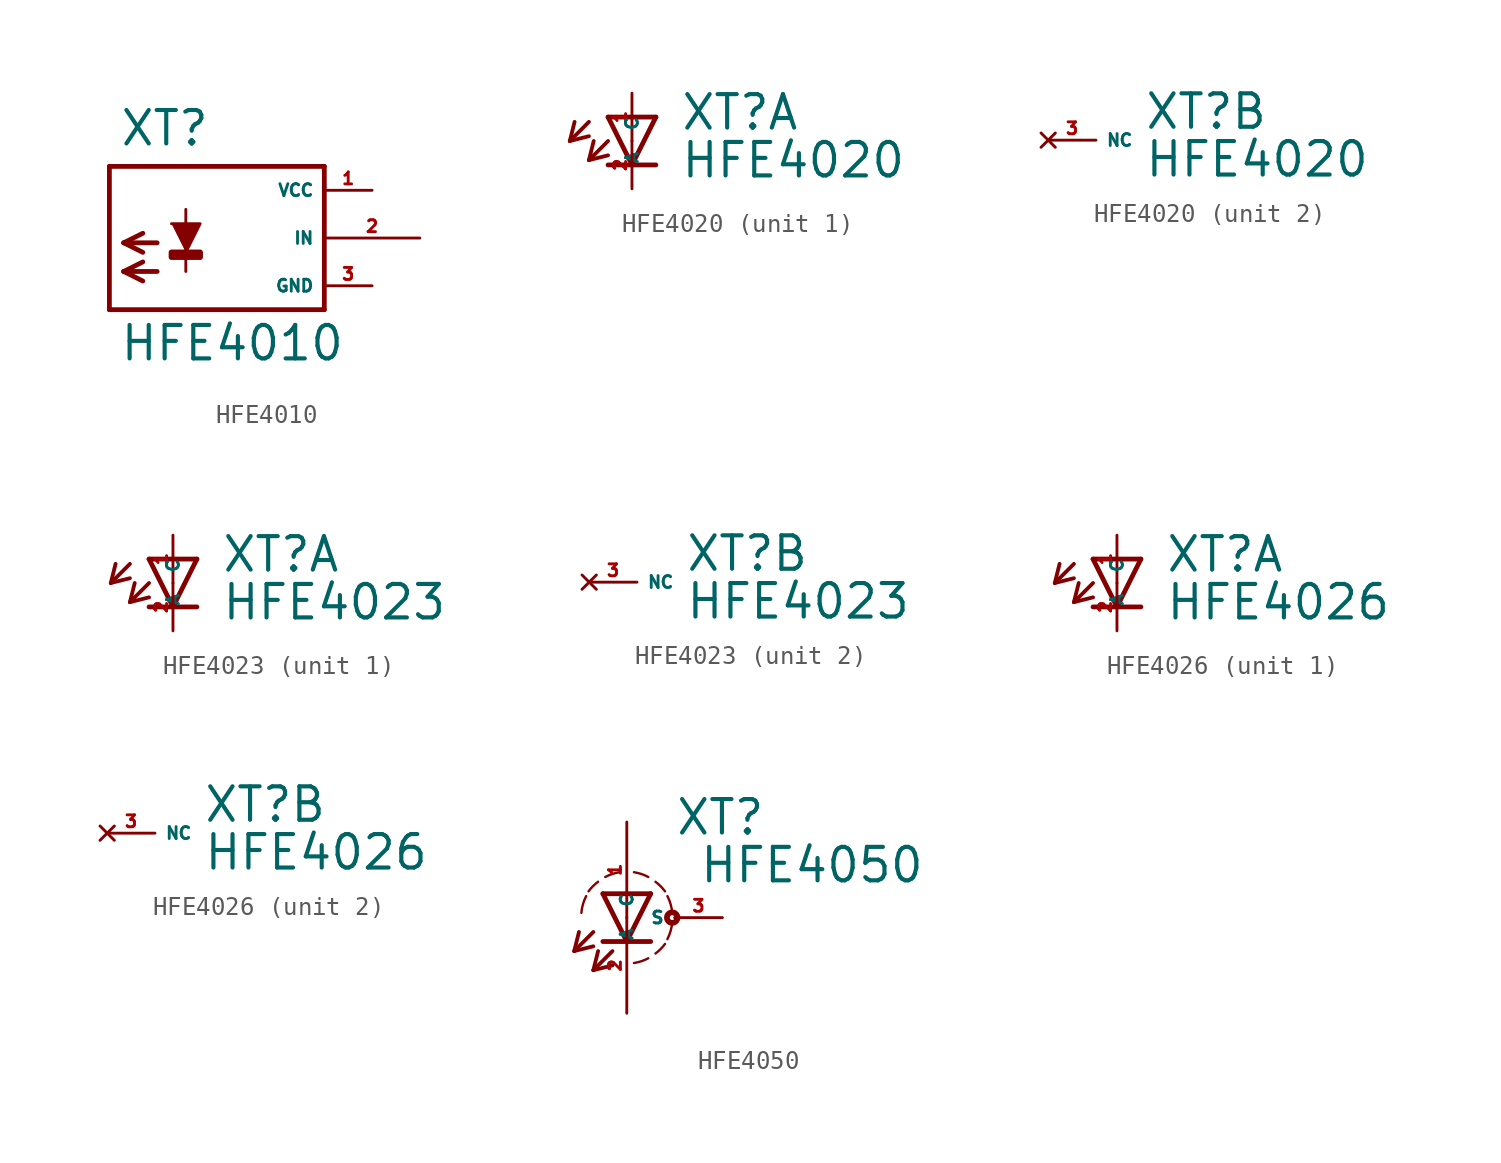
<source format=kicad_sym>
(kicad_symbol_lib
  (version 20220914)
  (generator Eagle2Kicad)
  (symbol "HFE4010"
    (property "Reference" "XT"
      (at -3.302 4.801 0)
      (effects (font (size 1.778 1.778) (thickness 0.22)) (justify left bottom)))
    (property "Value" "HFE4010"
      (at -3.302 -6.629 0)
      (effects (font (size 1.778 1.778) (thickness 0.22)) (justify left bottom)))
    (polyline
      (pts (xy 0.254 -0.762) (xy 1.016 0.762) (xy -0.508 0.762))
      (stroke (width 0.152) (type default))
      (fill (type outline)))
    (polyline
      (pts (xy -1.27 -0.254) (xy -3.048 -0.254))
      (stroke (width 0.254) (type default))
      (fill (type none)))
    (polyline
      (pts (xy -3.048 -0.254) (xy -2.032 -0.762))
      (stroke (width 0.254) (type default))
      (fill (type none)))
    (polyline
      (pts (xy -3.048 -0.254) (xy -2.032 0.254))
      (stroke (width 0.254) (type default))
      (fill (type none)))
    (polyline
      (pts (xy -1.27 -1.778) (xy -3.048 -1.778))
      (stroke (width 0.254) (type default))
      (fill (type none)))
    (polyline
      (pts (xy -3.048 -1.778) (xy -2.032 -2.286))
      (stroke (width 0.254) (type default))
      (fill (type none)))
    (polyline
      (pts (xy -3.048 -1.778) (xy -2.032 -1.27))
      (stroke (width 0.254) (type default))
      (fill (type none)))
    (polyline
      (pts (xy 0.254 -1.778) (xy 0.254 1.524))
      (stroke (width 0.152) (type default))
      (fill (type none)))
    (polyline
      (pts (xy 7.62 3.81) (xy -3.81 3.81))
      (stroke (width 0.254) (type default))
      (fill (type none)))
    (polyline
      (pts (xy -3.81 3.81) (xy -3.81 -3.81))
      (stroke (width 0.254) (type default))
      (fill (type none)))
    (polyline
      (pts (xy -3.81 -3.81) (xy 7.62 -3.81))
      (stroke (width 0.254) (type default))
      (fill (type none)))
    (polyline
      (pts (xy 7.62 -3.81) (xy 7.62 3.81))
      (stroke (width 0.254) (type default))
      (fill (type none)))
    (rectangle
      (start -0.508 -1.016)
      (end 1.016 -0.762)
      (stroke (width 0.3) (type default))
      (fill (type outline)))
    (pin unspecified line
      (at 10.16 2.54 180)
      (length 2.54)
      (name "VCC" (effects (font (size 0.635 0.635) (thickness 0.08)) (justify left bottom)))
      (number "1" (effects (font (size 0.635 0.635) (thickness 0.08)) (justify left bottom))))
    (pin unspecified line
      (at 10.16 -2.54 180)
      (length 2.54)
      (name "GND" (effects (font (size 0.635 0.635) (thickness 0.08)) (justify left bottom)))
      (number "3" (effects (font (size 0.635 0.635) (thickness 0.08)) (justify left bottom))))
    (pin input line
      (at 12.7 0 180)
      (length 5.08)
      (name "IN" (effects (font (size 0.635 0.635) (thickness 0.08)) (justify left bottom)))
      (number "2" (effects (font (size 0.635 0.635) (thickness 0.08)) (justify left bottom)))))
  (symbol "HFE4020"
    (property "Reference" "XT"
      (at 2.54 0.483 0)
      (effects (font (size 1.778 1.778) (thickness 0.22)) (justify left bottom)))
    (property "Value" "HFE4020"
      (at 2.54 -2.057 0)
      (effects (font (size 1.778 1.778) (thickness 0.22)) (justify left bottom)))
    (symbol "HFE4020_1_0"
      (polyline (pts (xy -1.27 1.27) (xy 0 -1.27)) (stroke (width 0.254) (type default)) (fill (type none)))
      (polyline (pts (xy 0 -1.27) (xy 1.27 1.27)) (stroke (width 0.254) (type default)) (fill (type none)))
      (polyline (pts (xy 1.27 -1.27) (xy 0 -1.27)) (stroke (width 0.254) (type default)) (fill (type none)))
      (polyline (pts (xy 1.27 1.27) (xy -1.27 1.27)) (stroke (width 0.254) (type default)) (fill (type none)))
      (polyline (pts (xy 0 -1.27) (xy -1.27 -1.27)) (stroke (width 0.254) (type default)) (fill (type none)))
      (polyline (pts (xy -2.286 1.016) (xy -3.302 0)) (stroke (width 0.203) (type default)) (fill (type none)))
      (polyline (pts (xy -3.302 0) (xy -2.286 0.254)) (stroke (width 0.203) (type default)) (fill (type none)))
      (polyline (pts (xy -3.302 0) (xy -3.048 1.016)) (stroke (width 0.203) (type default)) (fill (type none)))
      (polyline (pts (xy -1.27 0) (xy -2.286 -1.016)) (stroke (width 0.203) (type default)) (fill (type none)))
      (polyline (pts (xy -2.286 -1.016) (xy -1.27 -0.762)) (stroke (width 0.203) (type default)) (fill (type none)))
      (polyline (pts (xy -2.286 -1.016) (xy -2.032 0)) (stroke (width 0.203) (type default)) (fill (type none)))
      (pin passive line (at 0 2.54 270) (length 2.54) (name "A" (effects (font (size 0.635 0.635) (thickness 0.08)) (justify left bottom))) (number "1" (effects (font (size 0.635 0.635) (thickness 0.08)) (justify left bottom))))
      (pin passive line (at 0 -2.54 90) (length 2.54) (name "C" (effects (font (size 0.635 0.635) (thickness 0.08)) (justify left bottom))) (number "2" (effects (font (size 0.635 0.635) (thickness 0.08)) (justify left bottom)))))
    (symbol "HFE4020_2_0"
      (pin no_connect line (at -2.54 0 0) (length 2.54) (name "NC" (effects (font (size 0.635 0.635) (thickness 0.08)) (justify left bottom) hide)) (number "3" (effects (font (size 0.635 0.635) (thickness 0.08)) (justify left bottom) hide)))))
  (symbol "HFE4023"
    (property "Reference" "XT"
      (at 2.54 0.483 0)
      (effects (font (size 1.778 1.778) (thickness 0.22)) (justify left bottom)))
    (property "Value" "HFE4023"
      (at 2.54 -2.057 0)
      (effects (font (size 1.778 1.778) (thickness 0.22)) (justify left bottom)))
    (symbol "HFE4023_1_0"
      (polyline (pts (xy -1.27 1.27) (xy 0 -1.27)) (stroke (width 0.254) (type default)) (fill (type none)))
      (polyline (pts (xy 0 -1.27) (xy 1.27 1.27)) (stroke (width 0.254) (type default)) (fill (type none)))
      (polyline (pts (xy 1.27 -1.27) (xy 0 -1.27)) (stroke (width 0.254) (type default)) (fill (type none)))
      (polyline (pts (xy 1.27 1.27) (xy -1.27 1.27)) (stroke (width 0.254) (type default)) (fill (type none)))
      (polyline (pts (xy 0 -1.27) (xy -1.27 -1.27)) (stroke (width 0.254) (type default)) (fill (type none)))
      (polyline (pts (xy -2.286 1.016) (xy -3.302 0)) (stroke (width 0.203) (type default)) (fill (type none)))
      (polyline (pts (xy -3.302 0) (xy -2.286 0.254)) (stroke (width 0.203) (type default)) (fill (type none)))
      (polyline (pts (xy -3.302 0) (xy -3.048 1.016)) (stroke (width 0.203) (type default)) (fill (type none)))
      (polyline (pts (xy -1.27 0) (xy -2.286 -1.016)) (stroke (width 0.203) (type default)) (fill (type none)))
      (polyline (pts (xy -2.286 -1.016) (xy -1.27 -0.762)) (stroke (width 0.203) (type default)) (fill (type none)))
      (polyline (pts (xy -2.286 -1.016) (xy -2.032 0)) (stroke (width 0.203) (type default)) (fill (type none)))
      (pin passive line (at 0 2.54 270) (length 2.54) (name "A" (effects (font (size 0.635 0.635) (thickness 0.08)) (justify left bottom))) (number "1" (effects (font (size 0.635 0.635) (thickness 0.08)) (justify left bottom))))
      (pin passive line (at 0 -2.54 90) (length 2.54) (name "C" (effects (font (size 0.635 0.635) (thickness 0.08)) (justify left bottom))) (number "2" (effects (font (size 0.635 0.635) (thickness 0.08)) (justify left bottom)))))
    (symbol "HFE4023_2_0"
      (pin no_connect line (at -2.54 0 0) (length 2.54) (name "NC" (effects (font (size 0.635 0.635) (thickness 0.08)) (justify left bottom) hide)) (number "3" (effects (font (size 0.635 0.635) (thickness 0.08)) (justify left bottom) hide)))))
  (symbol "HFE4026"
    (property "Reference" "XT"
      (at 2.54 0.483 0)
      (effects (font (size 1.778 1.778) (thickness 0.22)) (justify left bottom)))
    (property "Value" "HFE4026"
      (at 2.54 -2.057 0)
      (effects (font (size 1.778 1.778) (thickness 0.22)) (justify left bottom)))
    (symbol "HFE4026_1_0"
      (polyline (pts (xy -1.27 1.27) (xy 0 -1.27)) (stroke (width 0.254) (type default)) (fill (type none)))
      (polyline (pts (xy 0 -1.27) (xy 1.27 1.27)) (stroke (width 0.254) (type default)) (fill (type none)))
      (polyline (pts (xy 1.27 -1.27) (xy 0 -1.27)) (stroke (width 0.254) (type default)) (fill (type none)))
      (polyline (pts (xy 1.27 1.27) (xy -1.27 1.27)) (stroke (width 0.254) (type default)) (fill (type none)))
      (polyline (pts (xy 0 -1.27) (xy -1.27 -1.27)) (stroke (width 0.254) (type default)) (fill (type none)))
      (polyline (pts (xy -2.286 1.016) (xy -3.302 0)) (stroke (width 0.203) (type default)) (fill (type none)))
      (polyline (pts (xy -3.302 0) (xy -2.286 0.254)) (stroke (width 0.203) (type default)) (fill (type none)))
      (polyline (pts (xy -3.302 0) (xy -3.048 1.016)) (stroke (width 0.203) (type default)) (fill (type none)))
      (polyline (pts (xy -1.27 0) (xy -2.286 -1.016)) (stroke (width 0.203) (type default)) (fill (type none)))
      (polyline (pts (xy -2.286 -1.016) (xy -1.27 -0.762)) (stroke (width 0.203) (type default)) (fill (type none)))
      (polyline (pts (xy -2.286 -1.016) (xy -2.032 0)) (stroke (width 0.203) (type default)) (fill (type none)))
      (pin passive line (at 0 2.54 270) (length 2.54) (name "A" (effects (font (size 0.635 0.635) (thickness 0.08)) (justify left bottom))) (number "1" (effects (font (size 0.635 0.635) (thickness 0.08)) (justify left bottom))))
      (pin passive line (at 0 -2.54 90) (length 2.54) (name "C" (effects (font (size 0.635 0.635) (thickness 0.08)) (justify left bottom))) (number "2" (effects (font (size 0.635 0.635) (thickness 0.08)) (justify left bottom)))))
    (symbol "HFE4026_2_0"
      (pin no_connect line (at -2.54 0 0) (length 2.54) (name "NC" (effects (font (size 0.635 0.635) (thickness 0.08)) (justify left bottom) hide)) (number "3" (effects (font (size 0.635 0.635) (thickness 0.08)) (justify left bottom) hide)))))
  (symbol "HFE4050"
    (property "Reference" "XT"
      (at 2.54 4.293 0)
      (effects (font (size 1.778 1.778) (thickness 0.22)) (justify left bottom)))
    (property "Value" "HFE4050"
      (at 3.81 1.753 0)
      (effects (font (size 1.778 1.778) (thickness 0.22)) (justify left bottom)))
    (polyline
      (pts (xy -1.27 1.27) (xy 0 -1.27))
      (stroke (width 0.254) (type default))
      (fill (type none)))
    (polyline
      (pts (xy 0 -1.27) (xy 1.27 1.27))
      (stroke (width 0.254) (type default))
      (fill (type none)))
    (polyline
      (pts (xy 1.27 -1.27) (xy 0 -1.27))
      (stroke (width 0.254) (type default))
      (fill (type none)))
    (polyline
      (pts (xy 1.27 1.27) (xy -1.27 1.27))
      (stroke (width 0.254) (type default))
      (fill (type none)))
    (polyline
      (pts (xy 0 -1.27) (xy -1.27 -1.27))
      (stroke (width 0.254) (type default))
      (fill (type none)))
    (polyline
      (pts (xy -1.778 -0.762) (xy -2.794 -1.778))
      (stroke (width 0.203) (type default))
      (fill (type none)))
    (polyline
      (pts (xy -2.794 -1.778) (xy -1.778 -1.524))
      (stroke (width 0.203) (type default))
      (fill (type none)))
    (polyline
      (pts (xy -2.794 -1.778) (xy -2.54 -0.762))
      (stroke (width 0.203) (type default))
      (fill (type none)))
    (polyline
      (pts (xy -0.762 -1.778) (xy -1.778 -2.794))
      (stroke (width 0.203) (type default))
      (fill (type none)))
    (polyline
      (pts (xy -1.778 -2.794) (xy -0.762 -2.54))
      (stroke (width 0.203) (type default))
      (fill (type none)))
    (polyline
      (pts (xy -1.778 -2.794) (xy -1.524 -1.778))
      (stroke (width 0.203) (type default))
      (fill (type none)))
    (arc
      (start 0.381 -2.413)
      (mid 0.773 -2.318)
      (end 1.143 -2.159)
      (stroke (width 0.127) (type default))
      (fill (type none)))
    (arc
      (start 2.159 -1.143)
      (mid 2.329 -0.711)
      (end 2.413 -0.254)
      (stroke (width 0.127) (type default))
      (fill (type none)))
    (arc
      (start 2.413 0.254)
      (mid 2.329 0.711)
      (end 2.159 1.143)
      (stroke (width 0.127) (type default))
      (fill (type none)))
    (arc
      (start 2.032 1.397)
      (mid 1.797 1.670)
      (end 1.524 1.905)
      (stroke (width 0.127) (type default))
      (fill (type none)))
    (arc
      (start 1.143 2.159)
      (mid 0.773 2.318)
      (end 0.381 2.413)
      (stroke (width 0.127) (type default))
      (fill (type none)))
    (arc
      (start 1.524 -1.905)
      (mid 1.797 -1.670)
      (end 2.032 -1.397)
      (stroke (width 0.127) (type default))
      (fill (type none)))
    (arc
      (start -0.381 2.413)
      (mid -0.773 2.318)
      (end -1.143 2.159)
      (stroke (width 0.127) (type default))
      (fill (type none)))
    (arc
      (start -1.524 1.905)
      (mid -1.797 1.670)
      (end -2.032 1.397)
      (stroke (width 0.127) (type default))
      (fill (type none)))
    (arc
      (start -2.159 1.143)
      (mid -2.329 0.711)
      (end -2.413 0.254)
      (stroke (width 0.127) (type default))
      (fill (type none)))
    (circle
      (center 2.413 0)
      (radius 0.127)
      (stroke (width 0.305) (type default))
      (fill (type none)))
    (pin passive line
      (at 0 5.08 270)
      (length 5.08)
      (name "A" (effects (font (size 0.635 0.635) (thickness 0.08)) (justify left bottom)))
      (number "1" (effects (font (size 0.635 0.635) (thickness 0.08)) (justify left bottom))))
    (pin passive line
      (at 0 -5.08 90)
      (length 5.08)
      (name "C" (effects (font (size 0.635 0.635) (thickness 0.08)) (justify left bottom)))
      (number "2" (effects (font (size 0.635 0.635) (thickness 0.08)) (justify left bottom))))
    (pin passive line
      (at 5.08 0 180)
      (length 2.54)
      (name "S" (effects (font (size 0.635 0.635) (thickness 0.08)) (justify left bottom)))
      (number "3" (effects (font (size 0.635 0.635) (thickness 0.08)) (justify left bottom))))))
</source>
